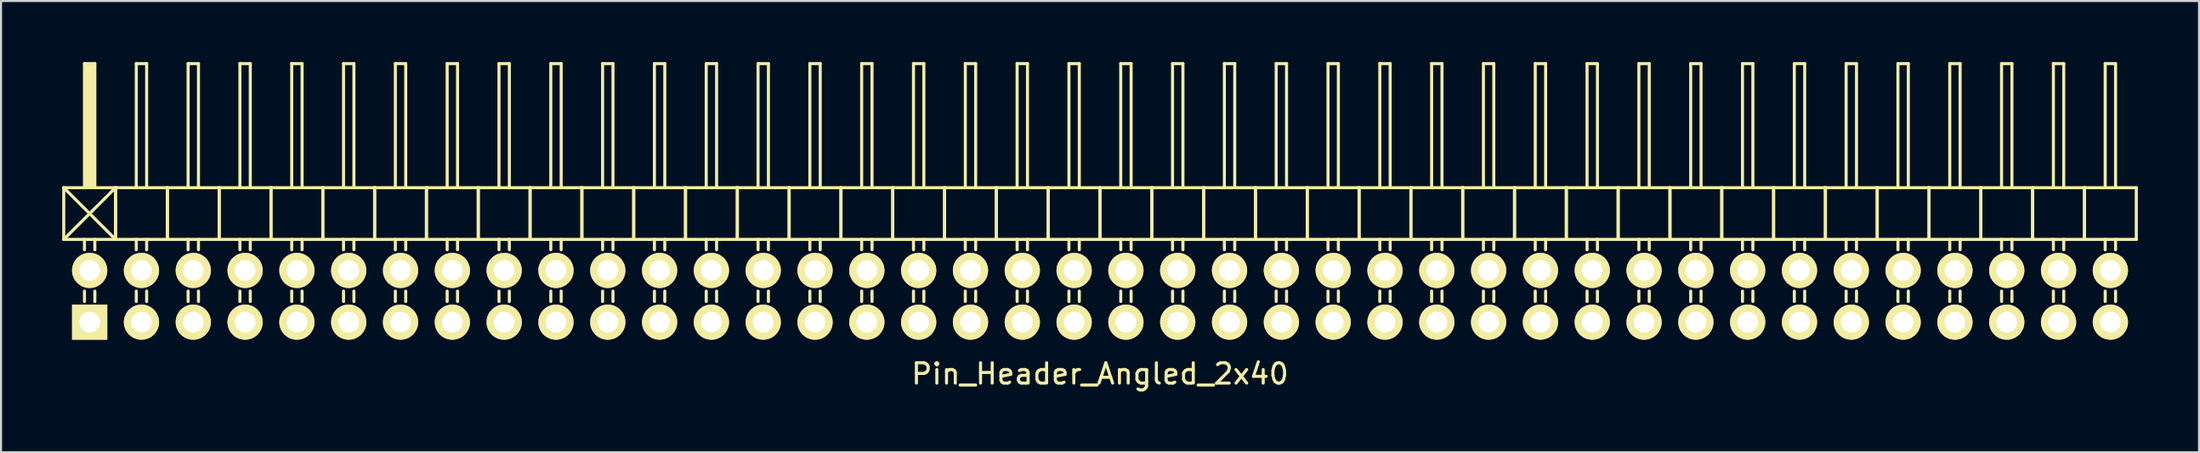
<source format=kicad_pcb>
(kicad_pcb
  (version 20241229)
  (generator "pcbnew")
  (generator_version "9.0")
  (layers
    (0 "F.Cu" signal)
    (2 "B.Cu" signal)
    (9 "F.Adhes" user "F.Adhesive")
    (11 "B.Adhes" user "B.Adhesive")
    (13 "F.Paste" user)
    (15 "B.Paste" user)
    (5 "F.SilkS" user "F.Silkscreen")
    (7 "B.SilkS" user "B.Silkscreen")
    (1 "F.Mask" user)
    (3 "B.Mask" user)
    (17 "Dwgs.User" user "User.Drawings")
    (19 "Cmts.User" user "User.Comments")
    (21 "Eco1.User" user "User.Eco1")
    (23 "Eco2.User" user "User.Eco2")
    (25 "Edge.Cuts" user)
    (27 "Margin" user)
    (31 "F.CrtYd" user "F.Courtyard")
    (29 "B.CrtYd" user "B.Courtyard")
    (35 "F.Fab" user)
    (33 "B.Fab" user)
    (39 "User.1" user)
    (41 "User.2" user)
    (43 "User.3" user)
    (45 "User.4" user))
  (footprint "Pin_Header_Angled_2x40"
    (layer "F.Cu")
    (at 50.875 11.505)
    (property "Reference" "Pin_Header_Angled_2x40" (at 0 3.81 0) (layer "F.SilkS") (effects (font (size 1 1) (thickness 0.15))))
    (attr through_hole)
    (fp_line (start -50.8 -5.334) (end -48.26 -2.794) (stroke (width 0.15) (type solid)) (layer "F.SilkS"))
    (fp_line (start -50.8 -2.794) (end -50.8 -5.334) (stroke (width 0.15) (type solid)) (layer "F.SilkS"))
    (fp_line (start -50.8 -2.794) (end -48.26 -5.334) (stroke (width 0.15) (type solid)) (layer "F.SilkS"))
    (fp_line (start -50.8 -2.794) (end -48.26 -2.794) (stroke (width 0.15) (type solid)) (layer "F.SilkS"))
    (fp_line (start -49.784 -11.43) (end -49.276 -11.43) (stroke (width 0.15) (type solid)) (layer "F.SilkS"))
    (fp_line (start -49.784 -5.334) (end -49.784 -11.43) (stroke (width 0.15) (type solid)) (layer "F.SilkS"))
    (fp_line (start -49.784 -2.794) (end -49.784 -2.286) (stroke (width 0.15) (type solid)) (layer "F.SilkS"))
    (fp_line (start -49.784 -0.254) (end -49.784 0.254) (stroke (width 0.15) (type solid)) (layer "F.SilkS"))
    (fp_line (start -49.657 -11.303) (end -49.403 -11.303) (stroke (width 0.15) (type solid)) (layer "F.SilkS"))
    (fp_line (start -49.657 -5.334) (end -49.657 -11.303) (stroke (width 0.15) (type solid)) (layer "F.SilkS"))
    (fp_line (start -49.53 -5.461) (end -49.53 -11.303) (stroke (width 0.15) (type solid)) (layer "F.SilkS"))
    (fp_line (start -49.403 -11.303) (end -49.403 -5.461) (stroke (width 0.15) (type solid)) (layer "F.SilkS"))
    (fp_line (start -49.403 -5.461) (end -49.53 -5.461) (stroke (width 0.15) (type solid)) (layer "F.SilkS"))
    (fp_line (start -49.276 -11.43) (end -49.276 -5.334) (stroke (width 0.15) (type solid)) (layer "F.SilkS"))
    (fp_line (start -49.276 -2.794) (end -49.276 -2.286) (stroke (width 0.15) (type solid)) (layer "F.SilkS"))
    (fp_line (start -49.276 -0.254) (end -49.276 0.254) (stroke (width 0.15) (type solid)) (layer "F.SilkS"))
    (fp_line (start -48.26 -5.334) (end -50.8 -5.334) (stroke (width 0.15) (type solid)) (layer "F.SilkS"))
    (fp_line (start -48.26 -2.794) (end -48.26 -5.334) (stroke (width 0.15) (type solid)) (layer "F.SilkS"))
    (fp_line (start -48.26 -2.794) (end -48.26 -5.334) (stroke (width 0.15) (type solid)) (layer "F.SilkS"))
    (fp_line (start -48.26 -2.794) (end -45.72 -2.794) (stroke (width 0.15) (type solid)) (layer "F.SilkS"))
    (fp_line (start -47.244 -11.43) (end -46.736 -11.43) (stroke (width 0.15) (type solid)) (layer "F.SilkS"))
    (fp_line (start -47.244 -5.334) (end -47.244 -11.43) (stroke (width 0.15) (type solid)) (layer "F.SilkS"))
    (fp_line (start -47.244 -2.794) (end -47.244 -2.286) (stroke (width 0.15) (type solid)) (layer "F.SilkS"))
    (fp_line (start -47.244 -0.254) (end -47.244 0.254) (stroke (width 0.15) (type solid)) (layer "F.SilkS"))
    (fp_line (start -46.736 -11.43) (end -46.736 -5.334) (stroke (width 0.15) (type solid)) (layer "F.SilkS"))
    (fp_line (start -46.736 -2.794) (end -46.736 -2.286) (stroke (width 0.15) (type solid)) (layer "F.SilkS"))
    (fp_line (start -46.736 -0.254) (end -46.736 0.254) (stroke (width 0.15) (type solid)) (layer "F.SilkS"))
    (fp_line (start -45.72 -5.334) (end -48.26 -5.334) (stroke (width 0.15) (type solid)) (layer "F.SilkS"))
    (fp_line (start -45.72 -2.794) (end -45.72 -5.334) (stroke (width 0.15) (type solid)) (layer "F.SilkS"))
    (fp_line (start -45.72 -2.794) (end -45.72 -5.334) (stroke (width 0.15) (type solid)) (layer "F.SilkS"))
    (fp_line (start -45.72 -2.794) (end -43.18 -2.794) (stroke (width 0.15) (type solid)) (layer "F.SilkS"))
    (fp_line (start -44.704 -11.43) (end -44.196 -11.43) (stroke (width 0.15) (type solid)) (layer "F.SilkS"))
    (fp_line (start -44.704 -5.334) (end -44.704 -11.43) (stroke (width 0.15) (type solid)) (layer "F.SilkS"))
    (fp_line (start -44.704 -2.794) (end -44.704 -2.286) (stroke (width 0.15) (type solid)) (layer "F.SilkS"))
    (fp_line (start -44.704 -0.254) (end -44.704 0.254) (stroke (width 0.15) (type solid)) (layer "F.SilkS"))
    (fp_line (start -44.196 -11.43) (end -44.196 -5.334) (stroke (width 0.15) (type solid)) (layer "F.SilkS"))
    (fp_line (start -44.196 -2.794) (end -44.196 -2.286) (stroke (width 0.15) (type solid)) (layer "F.SilkS"))
    (fp_line (start -44.196 -0.254) (end -44.196 0.254) (stroke (width 0.15) (type solid)) (layer "F.SilkS"))
    (fp_line (start -43.18 -5.334) (end -45.72 -5.334) (stroke (width 0.15) (type solid)) (layer "F.SilkS"))
    (fp_line (start -43.18 -2.794) (end -43.18 -5.334) (stroke (width 0.15) (type solid)) (layer "F.SilkS"))
    (fp_line (start -43.18 -2.794) (end -43.18 -5.334) (stroke (width 0.15) (type solid)) (layer "F.SilkS"))
    (fp_line (start -43.18 -2.794) (end -40.64 -2.794) (stroke (width 0.15) (type solid)) (layer "F.SilkS"))
    (fp_line (start -42.164 -11.43) (end -41.656 -11.43) (stroke (width 0.15) (type solid)) (layer "F.SilkS"))
    (fp_line (start -42.164 -5.334) (end -42.164 -11.43) (stroke (width 0.15) (type solid)) (layer "F.SilkS"))
    (fp_line (start -42.164 -2.794) (end -42.164 -2.286) (stroke (width 0.15) (type solid)) (layer "F.SilkS"))
    (fp_line (start -42.164 -0.254) (end -42.164 0.254) (stroke (width 0.15) (type solid)) (layer "F.SilkS"))
    (fp_line (start -41.656 -11.43) (end -41.656 -5.334) (stroke (width 0.15) (type solid)) (layer "F.SilkS"))
    (fp_line (start -41.656 -2.794) (end -41.656 -2.286) (stroke (width 0.15) (type solid)) (layer "F.SilkS"))
    (fp_line (start -41.656 -0.254) (end -41.656 0.254) (stroke (width 0.15) (type solid)) (layer "F.SilkS"))
    (fp_line (start -40.64 -5.334) (end -43.18 -5.334) (stroke (width 0.15) (type solid)) (layer "F.SilkS"))
    (fp_line (start -40.64 -2.794) (end -40.64 -5.334) (stroke (width 0.15) (type solid)) (layer "F.SilkS"))
    (fp_line (start -40.64 -2.794) (end -40.64 -5.334) (stroke (width 0.15) (type solid)) (layer "F.SilkS"))
    (fp_line (start -40.64 -2.794) (end -38.1 -2.794) (stroke (width 0.15) (type solid)) (layer "F.SilkS"))
    (fp_line (start -39.624 -11.43) (end -39.116 -11.43) (stroke (width 0.15) (type solid)) (layer "F.SilkS"))
    (fp_line (start -39.624 -5.334) (end -39.624 -11.43) (stroke (width 0.15) (type solid)) (layer "F.SilkS"))
    (fp_line (start -39.624 -2.794) (end -39.624 -2.286) (stroke (width 0.15) (type solid)) (layer "F.SilkS"))
    (fp_line (start -39.624 -0.254) (end -39.624 0.254) (stroke (width 0.15) (type solid)) (layer "F.SilkS"))
    (fp_line (start -39.116 -11.43) (end -39.116 -5.334) (stroke (width 0.15) (type solid)) (layer "F.SilkS"))
    (fp_line (start -39.116 -2.794) (end -39.116 -2.286) (stroke (width 0.15) (type solid)) (layer "F.SilkS"))
    (fp_line (start -39.116 -0.254) (end -39.116 0.254) (stroke (width 0.15) (type solid)) (layer "F.SilkS"))
    (fp_line (start -38.1 -5.334) (end -40.64 -5.334) (stroke (width 0.15) (type solid)) (layer "F.SilkS"))
    (fp_line (start -38.1 -2.794) (end -38.1 -5.334) (stroke (width 0.15) (type solid)) (layer "F.SilkS"))
    (fp_line (start -38.1 -2.794) (end -38.1 -5.334) (stroke (width 0.15) (type solid)) (layer "F.SilkS"))
    (fp_line (start -38.1 -2.794) (end -35.56 -2.794) (stroke (width 0.15) (type solid)) (layer "F.SilkS"))
    (fp_line (start -37.084 -11.43) (end -36.576 -11.43) (stroke (width 0.15) (type solid)) (layer "F.SilkS"))
    (fp_line (start -37.084 -5.334) (end -37.084 -11.43) (stroke (width 0.15) (type solid)) (layer "F.SilkS"))
    (fp_line (start -37.084 -2.794) (end -37.084 -2.286) (stroke (width 0.15) (type solid)) (layer "F.SilkS"))
    (fp_line (start -37.084 -0.254) (end -37.084 0.254) (stroke (width 0.15) (type solid)) (layer "F.SilkS"))
    (fp_line (start -36.576 -11.43) (end -36.576 -5.334) (stroke (width 0.15) (type solid)) (layer "F.SilkS"))
    (fp_line (start -36.576 -2.794) (end -36.576 -2.286) (stroke (width 0.15) (type solid)) (layer "F.SilkS"))
    (fp_line (start -36.576 -0.254) (end -36.576 0.254) (stroke (width 0.15) (type solid)) (layer "F.SilkS"))
    (fp_line (start -35.56 -5.334) (end -38.1 -5.334) (stroke (width 0.15) (type solid)) (layer "F.SilkS"))
    (fp_line (start -35.56 -2.794) (end -35.56 -5.334) (stroke (width 0.15) (type solid)) (layer "F.SilkS"))
    (fp_line (start -35.56 -2.794) (end -35.56 -5.334) (stroke (width 0.15) (type solid)) (layer "F.SilkS"))
    (fp_line (start -35.56 -2.794) (end -33.02 -2.794) (stroke (width 0.15) (type solid)) (layer "F.SilkS"))
    (fp_line (start -34.544 -11.43) (end -34.036 -11.43) (stroke (width 0.15) (type solid)) (layer "F.SilkS"))
    (fp_line (start -34.544 -5.334) (end -34.544 -11.43) (stroke (width 0.15) (type solid)) (layer "F.SilkS"))
    (fp_line (start -34.544 -2.794) (end -34.544 -2.286) (stroke (width 0.15) (type solid)) (layer "F.SilkS"))
    (fp_line (start -34.544 -0.254) (end -34.544 0.254) (stroke (width 0.15) (type solid)) (layer "F.SilkS"))
    (fp_line (start -34.036 -11.43) (end -34.036 -5.334) (stroke (width 0.15) (type solid)) (layer "F.SilkS"))
    (fp_line (start -34.036 -2.794) (end -34.036 -2.286) (stroke (width 0.15) (type solid)) (layer "F.SilkS"))
    (fp_line (start -34.036 -0.254) (end -34.036 0.254) (stroke (width 0.15) (type solid)) (layer "F.SilkS"))
    (fp_line (start -33.02 -5.334) (end -35.56 -5.334) (stroke (width 0.15) (type solid)) (layer "F.SilkS"))
    (fp_line (start -33.02 -2.794) (end -33.02 -5.334) (stroke (width 0.15) (type solid)) (layer "F.SilkS"))
    (fp_line (start -33.02 -2.794) (end -33.02 -5.334) (stroke (width 0.15) (type solid)) (layer "F.SilkS"))
    (fp_line (start -33.02 -2.794) (end -30.48 -2.794) (stroke (width 0.15) (type solid)) (layer "F.SilkS"))
    (fp_line (start -32.004 -11.43) (end -31.496 -11.43) (stroke (width 0.15) (type solid)) (layer "F.SilkS"))
    (fp_line (start -32.004 -5.334) (end -32.004 -11.43) (stroke (width 0.15) (type solid)) (layer "F.SilkS"))
    (fp_line (start -32.004 -2.794) (end -32.004 -2.286) (stroke (width 0.15) (type solid)) (layer "F.SilkS"))
    (fp_line (start -32.004 -0.254) (end -32.004 0.254) (stroke (width 0.15) (type solid)) (layer "F.SilkS"))
    (fp_line (start -31.496 -11.43) (end -31.496 -5.334) (stroke (width 0.15) (type solid)) (layer "F.SilkS"))
    (fp_line (start -31.496 -2.794) (end -31.496 -2.286) (stroke (width 0.15) (type solid)) (layer "F.SilkS"))
    (fp_line (start -31.496 -0.254) (end -31.496 0.254) (stroke (width 0.15) (type solid)) (layer "F.SilkS"))
    (fp_line (start -30.48 -5.334) (end -33.02 -5.334) (stroke (width 0.15) (type solid)) (layer "F.SilkS"))
    (fp_line (start -30.48 -2.794) (end -30.48 -5.334) (stroke (width 0.15) (type solid)) (layer "F.SilkS"))
    (fp_line (start -30.48 -2.794) (end -30.48 -5.334) (stroke (width 0.15) (type solid)) (layer "F.SilkS"))
    (fp_line (start -30.48 -2.794) (end -27.94 -2.794) (stroke (width 0.15) (type solid)) (layer "F.SilkS"))
    (fp_line (start -29.464 -11.43) (end -28.956 -11.43) (stroke (width 0.15) (type solid)) (layer "F.SilkS"))
    (fp_line (start -29.464 -5.334) (end -29.464 -11.43) (stroke (width 0.15) (type solid)) (layer "F.SilkS"))
    (fp_line (start -29.464 -2.794) (end -29.464 -2.286) (stroke (width 0.15) (type solid)) (layer "F.SilkS"))
    (fp_line (start -29.464 -0.254) (end -29.464 0.254) (stroke (width 0.15) (type solid)) (layer "F.SilkS"))
    (fp_line (start -28.956 -11.43) (end -28.956 -5.334) (stroke (width 0.15) (type solid)) (layer "F.SilkS"))
    (fp_line (start -28.956 -2.794) (end -28.956 -2.286) (stroke (width 0.15) (type solid)) (layer "F.SilkS"))
    (fp_line (start -28.956 -0.254) (end -28.956 0.254) (stroke (width 0.15) (type solid)) (layer "F.SilkS"))
    (fp_line (start -27.94 -5.334) (end -30.48 -5.334) (stroke (width 0.15) (type solid)) (layer "F.SilkS"))
    (fp_line (start -27.94 -2.794) (end -27.94 -5.334) (stroke (width 0.15) (type solid)) (layer "F.SilkS"))
    (fp_line (start -27.94 -2.794) (end -27.94 -5.334) (stroke (width 0.15) (type solid)) (layer "F.SilkS"))
    (fp_line (start -27.94 -2.794) (end -25.4 -2.794) (stroke (width 0.15) (type solid)) (layer "F.SilkS"))
    (fp_line (start -26.924 -11.43) (end -26.416 -11.43) (stroke (width 0.15) (type solid)) (layer "F.SilkS"))
    (fp_line (start -26.924 -5.334) (end -26.924 -11.43) (stroke (width 0.15) (type solid)) (layer "F.SilkS"))
    (fp_line (start -26.924 -2.794) (end -26.924 -2.286) (stroke (width 0.15) (type solid)) (layer "F.SilkS"))
    (fp_line (start -26.924 -0.254) (end -26.924 0.254) (stroke (width 0.15) (type solid)) (layer "F.SilkS"))
    (fp_line (start -26.416 -11.43) (end -26.416 -5.334) (stroke (width 0.15) (type solid)) (layer "F.SilkS"))
    (fp_line (start -26.416 -2.794) (end -26.416 -2.286) (stroke (width 0.15) (type solid)) (layer "F.SilkS"))
    (fp_line (start -26.416 -0.254) (end -26.416 0.254) (stroke (width 0.15) (type solid)) (layer "F.SilkS"))
    (fp_line (start -25.4 -5.334) (end -27.94 -5.334) (stroke (width 0.15) (type solid)) (layer "F.SilkS"))
    (fp_line (start -25.4 -2.794) (end -25.4 -5.334) (stroke (width 0.15) (type solid)) (layer "F.SilkS"))
    (fp_line (start -25.4 -2.794) (end -25.4 -5.334) (stroke (width 0.15) (type solid)) (layer "F.SilkS"))
    (fp_line (start -25.4 -2.794) (end -22.86 -2.794) (stroke (width 0.15) (type solid)) (layer "F.SilkS"))
    (fp_line (start -24.384 -11.43) (end -23.876 -11.43) (stroke (width 0.15) (type solid)) (layer "F.SilkS"))
    (fp_line (start -24.384 -5.334) (end -24.384 -11.43) (stroke (width 0.15) (type solid)) (layer "F.SilkS"))
    (fp_line (start -24.384 -2.794) (end -24.384 -2.286) (stroke (width 0.15) (type solid)) (layer "F.SilkS"))
    (fp_line (start -24.384 -0.254) (end -24.384 0.254) (stroke (width 0.15) (type solid)) (layer "F.SilkS"))
    (fp_line (start -23.876 -11.43) (end -23.876 -5.334) (stroke (width 0.15) (type solid)) (layer "F.SilkS"))
    (fp_line (start -23.876 -2.794) (end -23.876 -2.286) (stroke (width 0.15) (type solid)) (layer "F.SilkS"))
    (fp_line (start -23.876 -0.254) (end -23.876 0.254) (stroke (width 0.15) (type solid)) (layer "F.SilkS"))
    (fp_line (start -22.86 -5.334) (end -25.4 -5.334) (stroke (width 0.15) (type solid)) (layer "F.SilkS"))
    (fp_line (start -22.86 -2.794) (end -22.86 -5.334) (stroke (width 0.15) (type solid)) (layer "F.SilkS"))
    (fp_line (start -22.86 -2.794) (end -22.86 -5.334) (stroke (width 0.15) (type solid)) (layer "F.SilkS"))
    (fp_line (start -22.86 -2.794) (end -20.32 -2.794) (stroke (width 0.15) (type solid)) (layer "F.SilkS"))
    (fp_line (start -21.844 -11.43) (end -21.336 -11.43) (stroke (width 0.15) (type solid)) (layer "F.SilkS"))
    (fp_line (start -21.844 -5.334) (end -21.844 -11.43) (stroke (width 0.15) (type solid)) (layer "F.SilkS"))
    (fp_line (start -21.844 -2.794) (end -21.844 -2.286) (stroke (width 0.15) (type solid)) (layer "F.SilkS"))
    (fp_line (start -21.844 -0.254) (end -21.844 0.254) (stroke (width 0.15) (type solid)) (layer "F.SilkS"))
    (fp_line (start -21.336 -11.43) (end -21.336 -5.334) (stroke (width 0.15) (type solid)) (layer "F.SilkS"))
    (fp_line (start -21.336 -2.794) (end -21.336 -2.286) (stroke (width 0.15) (type solid)) (layer "F.SilkS"))
    (fp_line (start -21.336 -0.254) (end -21.336 0.254) (stroke (width 0.15) (type solid)) (layer "F.SilkS"))
    (fp_line (start -20.32 -5.334) (end -22.86 -5.334) (stroke (width 0.15) (type solid)) (layer "F.SilkS"))
    (fp_line (start -20.32 -2.794) (end -20.32 -5.334) (stroke (width 0.15) (type solid)) (layer "F.SilkS"))
    (fp_line (start -20.32 -2.794) (end -20.32 -5.334) (stroke (width 0.15) (type solid)) (layer "F.SilkS"))
    (fp_line (start -20.32 -2.794) (end -17.78 -2.794) (stroke (width 0.15) (type solid)) (layer "F.SilkS"))
    (fp_line (start -19.304 -11.43) (end -18.796 -11.43) (stroke (width 0.15) (type solid)) (layer "F.SilkS"))
    (fp_line (start -19.304 -5.334) (end -19.304 -11.43) (stroke (width 0.15) (type solid)) (layer "F.SilkS"))
    (fp_line (start -19.304 -2.794) (end -19.304 -2.286) (stroke (width 0.15) (type solid)) (layer "F.SilkS"))
    (fp_line (start -19.304 -0.254) (end -19.304 0.254) (stroke (width 0.15) (type solid)) (layer "F.SilkS"))
    (fp_line (start -18.796 -11.43) (end -18.796 -5.334) (stroke (width 0.15) (type solid)) (layer "F.SilkS"))
    (fp_line (start -18.796 -2.794) (end -18.796 -2.286) (stroke (width 0.15) (type solid)) (layer "F.SilkS"))
    (fp_line (start -18.796 -0.254) (end -18.796 0.254) (stroke (width 0.15) (type solid)) (layer "F.SilkS"))
    (fp_line (start -17.78 -5.334) (end -20.32 -5.334) (stroke (width 0.15) (type solid)) (layer "F.SilkS"))
    (fp_line (start -17.78 -2.794) (end -17.78 -5.334) (stroke (width 0.15) (type solid)) (layer "F.SilkS"))
    (fp_line (start -17.78 -2.794) (end -17.78 -5.334) (stroke (width 0.15) (type solid)) (layer "F.SilkS"))
    (fp_line (start -17.78 -2.794) (end -15.24 -2.794) (stroke (width 0.15) (type solid)) (layer "F.SilkS"))
    (fp_line (start -16.764 -11.43) (end -16.256 -11.43) (stroke (width 0.15) (type solid)) (layer "F.SilkS"))
    (fp_line (start -16.764 -5.334) (end -16.764 -11.43) (stroke (width 0.15) (type solid)) (layer "F.SilkS"))
    (fp_line (start -16.764 -2.794) (end -16.764 -2.286) (stroke (width 0.15) (type solid)) (layer "F.SilkS"))
    (fp_line (start -16.764 -0.254) (end -16.764 0.254) (stroke (width 0.15) (type solid)) (layer "F.SilkS"))
    (fp_line (start -16.256 -11.43) (end -16.256 -5.334) (stroke (width 0.15) (type solid)) (layer "F.SilkS"))
    (fp_line (start -16.256 -2.794) (end -16.256 -2.286) (stroke (width 0.15) (type solid)) (layer "F.SilkS"))
    (fp_line (start -16.256 -0.254) (end -16.256 0.254) (stroke (width 0.15) (type solid)) (layer "F.SilkS"))
    (fp_line (start -15.24 -5.334) (end -17.78 -5.334) (stroke (width 0.15) (type solid)) (layer "F.SilkS"))
    (fp_line (start -15.24 -2.794) (end -15.24 -5.334) (stroke (width 0.15) (type solid)) (layer "F.SilkS"))
    (fp_line (start -15.24 -2.794) (end -15.24 -5.334) (stroke (width 0.15) (type solid)) (layer "F.SilkS"))
    (fp_line (start -15.24 -2.794) (end -12.7 -2.794) (stroke (width 0.15) (type solid)) (layer "F.SilkS"))
    (fp_line (start -14.224 -11.43) (end -13.716 -11.43) (stroke (width 0.15) (type solid)) (layer "F.SilkS"))
    (fp_line (start -14.224 -5.334) (end -14.224 -11.43) (stroke (width 0.15) (type solid)) (layer "F.SilkS"))
    (fp_line (start -14.224 -2.794) (end -14.224 -2.286) (stroke (width 0.15) (type solid)) (layer "F.SilkS"))
    (fp_line (start -14.224 -0.254) (end -14.224 0.254) (stroke (width 0.15) (type solid)) (layer "F.SilkS"))
    (fp_line (start -13.716 -11.43) (end -13.716 -5.334) (stroke (width 0.15) (type solid)) (layer "F.SilkS"))
    (fp_line (start -13.716 -2.794) (end -13.716 -2.286) (stroke (width 0.15) (type solid)) (layer "F.SilkS"))
    (fp_line (start -13.716 -0.254) (end -13.716 0.254) (stroke (width 0.15) (type solid)) (layer "F.SilkS"))
    (fp_line (start -12.7 -5.334) (end -15.24 -5.334) (stroke (width 0.15) (type solid)) (layer "F.SilkS"))
    (fp_line (start -12.7 -2.794) (end -12.7 -5.334) (stroke (width 0.15) (type solid)) (layer "F.SilkS"))
    (fp_line (start -12.7 -2.794) (end -12.7 -5.334) (stroke (width 0.15) (type solid)) (layer "F.SilkS"))
    (fp_line (start -12.7 -2.794) (end -10.16 -2.794) (stroke (width 0.15) (type solid)) (layer "F.SilkS"))
    (fp_line (start -11.684 -11.43) (end -11.176 -11.43) (stroke (width 0.15) (type solid)) (layer "F.SilkS"))
    (fp_line (start -11.684 -5.334) (end -11.684 -11.43) (stroke (width 0.15) (type solid)) (layer "F.SilkS"))
    (fp_line (start -11.684 -2.794) (end -11.684 -2.286) (stroke (width 0.15) (type solid)) (layer "F.SilkS"))
    (fp_line (start -11.684 -0.254) (end -11.684 0.254) (stroke (width 0.15) (type solid)) (layer "F.SilkS"))
    (fp_line (start -11.176 -11.43) (end -11.176 -5.334) (stroke (width 0.15) (type solid)) (layer "F.SilkS"))
    (fp_line (start -11.176 -2.794) (end -11.176 -2.286) (stroke (width 0.15) (type solid)) (layer "F.SilkS"))
    (fp_line (start -11.176 -0.254) (end -11.176 0.254) (stroke (width 0.15) (type solid)) (layer "F.SilkS"))
    (fp_line (start -10.16 -5.334) (end -12.7 -5.334) (stroke (width 0.15) (type solid)) (layer "F.SilkS"))
    (fp_line (start -10.16 -2.794) (end -10.16 -5.334) (stroke (width 0.15) (type solid)) (layer "F.SilkS"))
    (fp_line (start -10.16 -2.794) (end -10.16 -5.334) (stroke (width 0.15) (type solid)) (layer "F.SilkS"))
    (fp_line (start -10.16 -2.794) (end -7.62 -2.794) (stroke (width 0.15) (type solid)) (layer "F.SilkS"))
    (fp_line (start -9.144 -11.43) (end -8.636 -11.43) (stroke (width 0.15) (type solid)) (layer "F.SilkS"))
    (fp_line (start -9.144 -5.334) (end -9.144 -11.43) (stroke (width 0.15) (type solid)) (layer "F.SilkS"))
    (fp_line (start -9.144 -2.794) (end -9.144 -2.286) (stroke (width 0.15) (type solid)) (layer "F.SilkS"))
    (fp_line (start -9.144 -0.254) (end -9.144 0.254) (stroke (width 0.15) (type solid)) (layer "F.SilkS"))
    (fp_line (start -8.636 -11.43) (end -8.636 -5.334) (stroke (width 0.15) (type solid)) (layer "F.SilkS"))
    (fp_line (start -8.636 -2.794) (end -8.636 -2.286) (stroke (width 0.15) (type solid)) (layer "F.SilkS"))
    (fp_line (start -8.636 -0.254) (end -8.636 0.254) (stroke (width 0.15) (type solid)) (layer "F.SilkS"))
    (fp_line (start -7.62 -5.334) (end -10.16 -5.334) (stroke (width 0.15) (type solid)) (layer "F.SilkS"))
    (fp_line (start -7.62 -2.794) (end -7.62 -5.334) (stroke (width 0.15) (type solid)) (layer "F.SilkS"))
    (fp_line (start -7.62 -2.794) (end -7.62 -5.334) (stroke (width 0.15) (type solid)) (layer "F.SilkS"))
    (fp_line (start -7.62 -2.794) (end -5.08 -2.794) (stroke (width 0.15) (type solid)) (layer "F.SilkS"))
    (fp_line (start -6.604 -11.43) (end -6.096 -11.43) (stroke (width 0.15) (type solid)) (layer "F.SilkS"))
    (fp_line (start -6.604 -5.334) (end -6.604 -11.43) (stroke (width 0.15) (type solid)) (layer "F.SilkS"))
    (fp_line (start -6.604 -2.794) (end -6.604 -2.286) (stroke (width 0.15) (type solid)) (layer "F.SilkS"))
    (fp_line (start -6.604 -0.254) (end -6.604 0.254) (stroke (width 0.15) (type solid)) (layer "F.SilkS"))
    (fp_line (start -6.096 -11.43) (end -6.096 -5.334) (stroke (width 0.15) (type solid)) (layer "F.SilkS"))
    (fp_line (start -6.096 -2.794) (end -6.096 -2.286) (stroke (width 0.15) (type solid)) (layer "F.SilkS"))
    (fp_line (start -6.096 -0.254) (end -6.096 0.254) (stroke (width 0.15) (type solid)) (layer "F.SilkS"))
    (fp_line (start -5.08 -5.334) (end -7.62 -5.334) (stroke (width 0.15) (type solid)) (layer "F.SilkS"))
    (fp_line (start -5.08 -2.794) (end -5.08 -5.334) (stroke (width 0.15) (type solid)) (layer "F.SilkS"))
    (fp_line (start -5.08 -2.794) (end -5.08 -5.334) (stroke (width 0.15) (type solid)) (layer "F.SilkS"))
    (fp_line (start -5.08 -2.794) (end -2.54 -2.794) (stroke (width 0.15) (type solid)) (layer "F.SilkS"))
    (fp_line (start -4.064 -11.43) (end -3.556 -11.43) (stroke (width 0.15) (type solid)) (layer "F.SilkS"))
    (fp_line (start -4.064 -5.334) (end -4.064 -11.43) (stroke (width 0.15) (type solid)) (layer "F.SilkS"))
    (fp_line (start -4.064 -2.794) (end -4.064 -2.286) (stroke (width 0.15) (type solid)) (layer "F.SilkS"))
    (fp_line (start -4.064 -0.254) (end -4.064 0.254) (stroke (width 0.15) (type solid)) (layer "F.SilkS"))
    (fp_line (start -3.556 -11.43) (end -3.556 -5.334) (stroke (width 0.15) (type solid)) (layer "F.SilkS"))
    (fp_line (start -3.556 -2.794) (end -3.556 -2.286) (stroke (width 0.15) (type solid)) (layer "F.SilkS"))
    (fp_line (start -3.556 -0.254) (end -3.556 0.254) (stroke (width 0.15) (type solid)) (layer "F.SilkS"))
    (fp_line (start -2.54 -5.334) (end -5.08 -5.334) (stroke (width 0.15) (type solid)) (layer "F.SilkS"))
    (fp_line (start -2.54 -2.794) (end -2.54 -5.334) (stroke (width 0.15) (type solid)) (layer "F.SilkS"))
    (fp_line (start -2.54 -2.794) (end -2.54 -5.334) (stroke (width 0.15) (type solid)) (layer "F.SilkS"))
    (fp_line (start -2.54 -2.794) (end 0 -2.794) (stroke (width 0.15) (type solid)) (layer "F.SilkS"))
    (fp_line (start -1.524 -11.43) (end -1.016 -11.43) (stroke (width 0.15) (type solid)) (layer "F.SilkS"))
    (fp_line (start -1.524 -5.334) (end -1.524 -11.43) (stroke (width 0.15) (type solid)) (layer "F.SilkS"))
    (fp_line (start -1.524 -2.794) (end -1.524 -2.286) (stroke (width 0.15) (type solid)) (layer "F.SilkS"))
    (fp_line (start -1.524 -0.254) (end -1.524 0.254) (stroke (width 0.15) (type solid)) (layer "F.SilkS"))
    (fp_line (start -1.016 -11.43) (end -1.016 -5.334) (stroke (width 0.15) (type solid)) (layer "F.SilkS"))
    (fp_line (start -1.016 -2.794) (end -1.016 -2.286) (stroke (width 0.15) (type solid)) (layer "F.SilkS"))
    (fp_line (start -1.016 -0.254) (end -1.016 0.254) (stroke (width 0.15) (type solid)) (layer "F.SilkS"))
    (fp_line (start 0 -5.334) (end -2.54 -5.334) (stroke (width 0.15) (type solid)) (layer "F.SilkS"))
    (fp_line (start 0 -2.794) (end 0 -5.334) (stroke (width 0.15) (type solid)) (layer "F.SilkS"))
    (fp_line (start 0 -2.794) (end 0 -5.334) (stroke (width 0.15) (type solid)) (layer "F.SilkS"))
    (fp_line (start 0 -2.794) (end 2.54 -2.794) (stroke (width 0.15) (type solid)) (layer "F.SilkS"))
    (fp_line (start 1.016 -11.43) (end 1.524 -11.43) (stroke (width 0.15) (type solid)) (layer "F.SilkS"))
    (fp_line (start 1.016 -5.334) (end 1.016 -11.43) (stroke (width 0.15) (type solid)) (layer "F.SilkS"))
    (fp_line (start 1.016 -2.794) (end 1.016 -2.286) (stroke (width 0.15) (type solid)) (layer "F.SilkS"))
    (fp_line (start 1.016 -0.254) (end 1.016 0.254) (stroke (width 0.15) (type solid)) (layer "F.SilkS"))
    (fp_line (start 1.524 -11.43) (end 1.524 -5.334) (stroke (width 0.15) (type solid)) (layer "F.SilkS"))
    (fp_line (start 1.524 -2.794) (end 1.524 -2.286) (stroke (width 0.15) (type solid)) (layer "F.SilkS"))
    (fp_line (start 1.524 -0.254) (end 1.524 0.254) (stroke (width 0.15) (type solid)) (layer "F.SilkS"))
    (fp_line (start 2.54 -5.334) (end 0 -5.334) (stroke (width 0.15) (type solid)) (layer "F.SilkS"))
    (fp_line (start 2.54 -2.794) (end 2.54 -5.334) (stroke (width 0.15) (type solid)) (layer "F.SilkS"))
    (fp_line (start 2.54 -2.794) (end 2.54 -5.334) (stroke (width 0.15) (type solid)) (layer "F.SilkS"))
    (fp_line (start 2.54 -2.794) (end 5.08 -2.794) (stroke (width 0.15) (type solid)) (layer "F.SilkS"))
    (fp_line (start 3.556 -11.43) (end 4.064 -11.43) (stroke (width 0.15) (type solid)) (layer "F.SilkS"))
    (fp_line (start 3.556 -5.334) (end 3.556 -11.43) (stroke (width 0.15) (type solid)) (layer "F.SilkS"))
    (fp_line (start 3.556 -2.794) (end 3.556 -2.286) (stroke (width 0.15) (type solid)) (layer "F.SilkS"))
    (fp_line (start 3.556 -0.254) (end 3.556 0.254) (stroke (width 0.15) (type solid)) (layer "F.SilkS"))
    (fp_line (start 4.064 -11.43) (end 4.064 -5.334) (stroke (width 0.15) (type solid)) (layer "F.SilkS"))
    (fp_line (start 4.064 -2.794) (end 4.064 -2.286) (stroke (width 0.15) (type solid)) (layer "F.SilkS"))
    (fp_line (start 4.064 -0.254) (end 4.064 0.254) (stroke (width 0.15) (type solid)) (layer "F.SilkS"))
    (fp_line (start 5.08 -5.334) (end 2.54 -5.334) (stroke (width 0.15) (type solid)) (layer "F.SilkS"))
    (fp_line (start 5.08 -2.794) (end 5.08 -5.334) (stroke (width 0.15) (type solid)) (layer "F.SilkS"))
    (fp_line (start 5.08 -2.794) (end 5.08 -5.334) (stroke (width 0.15) (type solid)) (layer "F.SilkS"))
    (fp_line (start 5.08 -2.794) (end 7.62 -2.794) (stroke (width 0.15) (type solid)) (layer "F.SilkS"))
    (fp_line (start 6.096 -11.43) (end 6.604 -11.43) (stroke (width 0.15) (type solid)) (layer "F.SilkS"))
    (fp_line (start 6.096 -5.334) (end 6.096 -11.43) (stroke (width 0.15) (type solid)) (layer "F.SilkS"))
    (fp_line (start 6.096 -2.794) (end 6.096 -2.286) (stroke (width 0.15) (type solid)) (layer "F.SilkS"))
    (fp_line (start 6.096 -0.254) (end 6.096 0.254) (stroke (width 0.15) (type solid)) (layer "F.SilkS"))
    (fp_line (start 6.604 -11.43) (end 6.604 -5.334) (stroke (width 0.15) (type solid)) (layer "F.SilkS"))
    (fp_line (start 6.604 -2.794) (end 6.604 -2.286) (stroke (width 0.15) (type solid)) (layer "F.SilkS"))
    (fp_line (start 6.604 -0.254) (end 6.604 0.254) (stroke (width 0.15) (type solid)) (layer "F.SilkS"))
    (fp_line (start 7.62 -5.334) (end 5.08 -5.334) (stroke (width 0.15) (type solid)) (layer "F.SilkS"))
    (fp_line (start 7.62 -2.794) (end 7.62 -5.334) (stroke (width 0.15) (type solid)) (layer "F.SilkS"))
    (fp_line (start 7.62 -2.794) (end 7.62 -5.334) (stroke (width 0.15) (type solid)) (layer "F.SilkS"))
    (fp_line (start 7.62 -2.794) (end 10.16 -2.794) (stroke (width 0.15) (type solid)) (layer "F.SilkS"))
    (fp_line (start 8.636 -11.43) (end 9.144 -11.43) (stroke (width 0.15) (type solid)) (layer "F.SilkS"))
    (fp_line (start 8.636 -5.334) (end 8.636 -11.43) (stroke (width 0.15) (type solid)) (layer "F.SilkS"))
    (fp_line (start 8.636 -2.794) (end 8.636 -2.286) (stroke (width 0.15) (type solid)) (layer "F.SilkS"))
    (fp_line (start 8.636 -0.254) (end 8.636 0.254) (stroke (width 0.15) (type solid)) (layer "F.SilkS"))
    (fp_line (start 9.144 -11.43) (end 9.144 -5.334) (stroke (width 0.15) (type solid)) (layer "F.SilkS"))
    (fp_line (start 9.144 -2.794) (end 9.144 -2.286) (stroke (width 0.15) (type solid)) (layer "F.SilkS"))
    (fp_line (start 9.144 -0.254) (end 9.144 0.254) (stroke (width 0.15) (type solid)) (layer "F.SilkS"))
    (fp_line (start 10.16 -5.334) (end 7.62 -5.334) (stroke (width 0.15) (type solid)) (layer "F.SilkS"))
    (fp_line (start 10.16 -2.794) (end 10.16 -5.334) (stroke (width 0.15) (type solid)) (layer "F.SilkS"))
    (fp_line (start 10.16 -2.794) (end 10.16 -5.334) (stroke (width 0.15) (type solid)) (layer "F.SilkS"))
    (fp_line (start 10.16 -2.794) (end 12.7 -2.794) (stroke (width 0.15) (type solid)) (layer "F.SilkS"))
    (fp_line (start 11.176 -11.43) (end 11.684 -11.43) (stroke (width 0.15) (type solid)) (layer "F.SilkS"))
    (fp_line (start 11.176 -5.334) (end 11.176 -11.43) (stroke (width 0.15) (type solid)) (layer "F.SilkS"))
    (fp_line (start 11.176 -2.794) (end 11.176 -2.286) (stroke (width 0.15) (type solid)) (layer "F.SilkS"))
    (fp_line (start 11.176 -0.254) (end 11.176 0.254) (stroke (width 0.15) (type solid)) (layer "F.SilkS"))
    (fp_line (start 11.684 -11.43) (end 11.684 -5.334) (stroke (width 0.15) (type solid)) (layer "F.SilkS"))
    (fp_line (start 11.684 -2.794) (end 11.684 -2.286) (stroke (width 0.15) (type solid)) (layer "F.SilkS"))
    (fp_line (start 11.684 -0.254) (end 11.684 0.254) (stroke (width 0.15) (type solid)) (layer "F.SilkS"))
    (fp_line (start 12.7 -5.334) (end 10.16 -5.334) (stroke (width 0.15) (type solid)) (layer "F.SilkS"))
    (fp_line (start 12.7 -2.794) (end 12.7 -5.334) (stroke (width 0.15) (type solid)) (layer "F.SilkS"))
    (fp_line (start 12.7 -2.794) (end 12.7 -5.334) (stroke (width 0.15) (type solid)) (layer "F.SilkS"))
    (fp_line (start 12.7 -2.794) (end 15.24 -2.794) (stroke (width 0.15) (type solid)) (layer "F.SilkS"))
    (fp_line (start 13.716 -11.43) (end 14.224 -11.43) (stroke (width 0.15) (type solid)) (layer "F.SilkS"))
    (fp_line (start 13.716 -5.334) (end 13.716 -11.43) (stroke (width 0.15) (type solid)) (layer "F.SilkS"))
    (fp_line (start 13.716 -2.794) (end 13.716 -2.286) (stroke (width 0.15) (type solid)) (layer "F.SilkS"))
    (fp_line (start 13.716 -0.254) (end 13.716 0.254) (stroke (width 0.15) (type solid)) (layer "F.SilkS"))
    (fp_line (start 14.224 -11.43) (end 14.224 -5.334) (stroke (width 0.15) (type solid)) (layer "F.SilkS"))
    (fp_line (start 14.224 -2.794) (end 14.224 -2.286) (stroke (width 0.15) (type solid)) (layer "F.SilkS"))
    (fp_line (start 14.224 -0.254) (end 14.224 0.254) (stroke (width 0.15) (type solid)) (layer "F.SilkS"))
    (fp_line (start 15.24 -5.334) (end 12.7 -5.334) (stroke (width 0.15) (type solid)) (layer "F.SilkS"))
    (fp_line (start 15.24 -2.794) (end 15.24 -5.334) (stroke (width 0.15) (type solid)) (layer "F.SilkS"))
    (fp_line (start 15.24 -2.794) (end 15.24 -5.334) (stroke (width 0.15) (type solid)) (layer "F.SilkS"))
    (fp_line (start 15.24 -2.794) (end 17.78 -2.794) (stroke (width 0.15) (type solid)) (layer "F.SilkS"))
    (fp_line (start 16.256 -11.43) (end 16.764 -11.43) (stroke (width 0.15) (type solid)) (layer "F.SilkS"))
    (fp_line (start 16.256 -5.334) (end 16.256 -11.43) (stroke (width 0.15) (type solid)) (layer "F.SilkS"))
    (fp_line (start 16.256 -2.794) (end 16.256 -2.286) (stroke (width 0.15) (type solid)) (layer "F.SilkS"))
    (fp_line (start 16.256 -0.254) (end 16.256 0.254) (stroke (width 0.15) (type solid)) (layer "F.SilkS"))
    (fp_line (start 16.764 -11.43) (end 16.764 -5.334) (stroke (width 0.15) (type solid)) (layer "F.SilkS"))
    (fp_line (start 16.764 -2.794) (end 16.764 -2.286) (stroke (width 0.15) (type solid)) (layer "F.SilkS"))
    (fp_line (start 16.764 -0.254) (end 16.764 0.254) (stroke (width 0.15) (type solid)) (layer "F.SilkS"))
    (fp_line (start 17.78 -5.334) (end 15.24 -5.334) (stroke (width 0.15) (type solid)) (layer "F.SilkS"))
    (fp_line (start 17.78 -2.794) (end 17.78 -5.334) (stroke (width 0.15) (type solid)) (layer "F.SilkS"))
    (fp_line (start 17.78 -2.794) (end 17.78 -5.334) (stroke (width 0.15) (type solid)) (layer "F.SilkS"))
    (fp_line (start 17.78 -2.794) (end 20.32 -2.794) (stroke (width 0.15) (type solid)) (layer "F.SilkS"))
    (fp_line (start 18.796 -11.43) (end 19.304 -11.43) (stroke (width 0.15) (type solid)) (layer "F.SilkS"))
    (fp_line (start 18.796 -5.334) (end 18.796 -11.43) (stroke (width 0.15) (type solid)) (layer "F.SilkS"))
    (fp_line (start 18.796 -2.794) (end 18.796 -2.286) (stroke (width 0.15) (type solid)) (layer "F.SilkS"))
    (fp_line (start 18.796 -0.254) (end 18.796 0.254) (stroke (width 0.15) (type solid)) (layer "F.SilkS"))
    (fp_line (start 19.304 -11.43) (end 19.304 -5.334) (stroke (width 0.15) (type solid)) (layer "F.SilkS"))
    (fp_line (start 19.304 -2.794) (end 19.304 -2.286) (stroke (width 0.15) (type solid)) (layer "F.SilkS"))
    (fp_line (start 19.304 -0.254) (end 19.304 0.254) (stroke (width 0.15) (type solid)) (layer "F.SilkS"))
    (fp_line (start 20.32 -5.334) (end 17.78 -5.334) (stroke (width 0.15) (type solid)) (layer "F.SilkS"))
    (fp_line (start 20.32 -2.794) (end 20.32 -5.334) (stroke (width 0.15) (type solid)) (layer "F.SilkS"))
    (fp_line (start 20.32 -2.794) (end 20.32 -5.334) (stroke (width 0.15) (type solid)) (layer "F.SilkS"))
    (fp_line (start 20.32 -2.794) (end 22.86 -2.794) (stroke (width 0.15) (type solid)) (layer "F.SilkS"))
    (fp_line (start 21.336 -11.43) (end 21.844 -11.43) (stroke (width 0.15) (type solid)) (layer "F.SilkS"))
    (fp_line (start 21.336 -5.334) (end 21.336 -11.43) (stroke (width 0.15) (type solid)) (layer "F.SilkS"))
    (fp_line (start 21.336 -2.794) (end 21.336 -2.286) (stroke (width 0.15) (type solid)) (layer "F.SilkS"))
    (fp_line (start 21.336 -0.254) (end 21.336 0.254) (stroke (width 0.15) (type solid)) (layer "F.SilkS"))
    (fp_line (start 21.844 -11.43) (end 21.844 -5.334) (stroke (width 0.15) (type solid)) (layer "F.SilkS"))
    (fp_line (start 21.844 -2.794) (end 21.844 -2.286) (stroke (width 0.15) (type solid)) (layer "F.SilkS"))
    (fp_line (start 21.844 -0.254) (end 21.844 0.254) (stroke (width 0.15) (type solid)) (layer "F.SilkS"))
    (fp_line (start 22.86 -5.334) (end 20.32 -5.334) (stroke (width 0.15) (type solid)) (layer "F.SilkS"))
    (fp_line (start 22.86 -2.794) (end 22.86 -5.334) (stroke (width 0.15) (type solid)) (layer "F.SilkS"))
    (fp_line (start 22.86 -2.794) (end 22.86 -5.334) (stroke (width 0.15) (type solid)) (layer "F.SilkS"))
    (fp_line (start 22.86 -2.794) (end 25.4 -2.794) (stroke (width 0.15) (type solid)) (layer "F.SilkS"))
    (fp_line (start 23.876 -11.43) (end 24.384 -11.43) (stroke (width 0.15) (type solid)) (layer "F.SilkS"))
    (fp_line (start 23.876 -5.334) (end 23.876 -11.43) (stroke (width 0.15) (type solid)) (layer "F.SilkS"))
    (fp_line (start 23.876 -2.794) (end 23.876 -2.286) (stroke (width 0.15) (type solid)) (layer "F.SilkS"))
    (fp_line (start 23.876 -0.254) (end 23.876 0.254) (stroke (width 0.15) (type solid)) (layer "F.SilkS"))
    (fp_line (start 24.384 -11.43) (end 24.384 -5.334) (stroke (width 0.15) (type solid)) (layer "F.SilkS"))
    (fp_line (start 24.384 -2.794) (end 24.384 -2.286) (stroke (width 0.15) (type solid)) (layer "F.SilkS"))
    (fp_line (start 24.384 -0.254) (end 24.384 0.254) (stroke (width 0.15) (type solid)) (layer "F.SilkS"))
    (fp_line (start 25.4 -5.334) (end 22.86 -5.334) (stroke (width 0.15) (type solid)) (layer "F.SilkS"))
    (fp_line (start 25.4 -2.794) (end 25.4 -5.334) (stroke (width 0.15) (type solid)) (layer "F.SilkS"))
    (fp_line (start 25.4 -2.794) (end 25.4 -5.334) (stroke (width 0.15) (type solid)) (layer "F.SilkS"))
    (fp_line (start 25.4 -2.794) (end 27.94 -2.794) (stroke (width 0.15) (type solid)) (layer "F.SilkS"))
    (fp_line (start 26.416 -11.43) (end 26.924 -11.43) (stroke (width 0.15) (type solid)) (layer "F.SilkS"))
    (fp_line (start 26.416 -5.334) (end 26.416 -11.43) (stroke (width 0.15) (type solid)) (layer "F.SilkS"))
    (fp_line (start 26.416 -2.794) (end 26.416 -2.286) (stroke (width 0.15) (type solid)) (layer "F.SilkS"))
    (fp_line (start 26.416 -0.254) (end 26.416 0.254) (stroke (width 0.15) (type solid)) (layer "F.SilkS"))
    (fp_line (start 26.924 -11.43) (end 26.924 -5.334) (stroke (width 0.15) (type solid)) (layer "F.SilkS"))
    (fp_line (start 26.924 -2.794) (end 26.924 -2.286) (stroke (width 0.15) (type solid)) (layer "F.SilkS"))
    (fp_line (start 26.924 -0.254) (end 26.924 0.254) (stroke (width 0.15) (type solid)) (layer "F.SilkS"))
    (fp_line (start 27.94 -5.334) (end 25.4 -5.334) (stroke (width 0.15) (type solid)) (layer "F.SilkS"))
    (fp_line (start 27.94 -2.794) (end 27.94 -5.334) (stroke (width 0.15) (type solid)) (layer "F.SilkS"))
    (fp_line (start 27.94 -2.794) (end 27.94 -5.334) (stroke (width 0.15) (type solid)) (layer "F.SilkS"))
    (fp_line (start 27.94 -2.794) (end 30.48 -2.794) (stroke (width 0.15) (type solid)) (layer "F.SilkS"))
    (fp_line (start 28.956 -11.43) (end 29.464 -11.43) (stroke (width 0.15) (type solid)) (layer "F.SilkS"))
    (fp_line (start 28.956 -5.334) (end 28.956 -11.43) (stroke (width 0.15) (type solid)) (layer "F.SilkS"))
    (fp_line (start 28.956 -2.794) (end 28.956 -2.286) (stroke (width 0.15) (type solid)) (layer "F.SilkS"))
    (fp_line (start 28.956 -0.254) (end 28.956 0.254) (stroke (width 0.15) (type solid)) (layer "F.SilkS"))
    (fp_line (start 29.464 -11.43) (end 29.464 -5.334) (stroke (width 0.15) (type solid)) (layer "F.SilkS"))
    (fp_line (start 29.464 -2.794) (end 29.464 -2.286) (stroke (width 0.15) (type solid)) (layer "F.SilkS"))
    (fp_line (start 29.464 -0.254) (end 29.464 0.254) (stroke (width 0.15) (type solid)) (layer "F.SilkS"))
    (fp_line (start 30.48 -5.334) (end 27.94 -5.334) (stroke (width 0.15) (type solid)) (layer "F.SilkS"))
    (fp_line (start 30.48 -2.794) (end 30.48 -5.334) (stroke (width 0.15) (type solid)) (layer "F.SilkS"))
    (fp_line (start 30.48 -2.794) (end 30.48 -5.334) (stroke (width 0.15) (type solid)) (layer "F.SilkS"))
    (fp_line (start 30.48 -2.794) (end 33.02 -2.794) (stroke (width 0.15) (type solid)) (layer "F.SilkS"))
    (fp_line (start 31.496 -11.43) (end 32.004 -11.43) (stroke (width 0.15) (type solid)) (layer "F.SilkS"))
    (fp_line (start 31.496 -5.334) (end 31.496 -11.43) (stroke (width 0.15) (type solid)) (layer "F.SilkS"))
    (fp_line (start 31.496 -2.794) (end 31.496 -2.286) (stroke (width 0.15) (type solid)) (layer "F.SilkS"))
    (fp_line (start 31.496 -0.254) (end 31.496 0.254) (stroke (width 0.15) (type solid)) (layer "F.SilkS"))
    (fp_line (start 32.004 -11.43) (end 32.004 -5.334) (stroke (width 0.15) (type solid)) (layer "F.SilkS"))
    (fp_line (start 32.004 -2.794) (end 32.004 -2.286) (stroke (width 0.15) (type solid)) (layer "F.SilkS"))
    (fp_line (start 32.004 -0.254) (end 32.004 0.254) (stroke (width 0.15) (type solid)) (layer "F.SilkS"))
    (fp_line (start 33.02 -5.334) (end 30.48 -5.334) (stroke (width 0.15) (type solid)) (layer "F.SilkS"))
    (fp_line (start 33.02 -2.794) (end 33.02 -5.334) (stroke (width 0.15) (type solid)) (layer "F.SilkS"))
    (fp_line (start 33.02 -2.794) (end 33.02 -5.334) (stroke (width 0.15) (type solid)) (layer "F.SilkS"))
    (fp_line (start 33.02 -2.794) (end 35.56 -2.794) (stroke (width 0.15) (type solid)) (layer "F.SilkS"))
    (fp_line (start 34.036 -11.43) (end 34.544 -11.43) (stroke (width 0.15) (type solid)) (layer "F.SilkS"))
    (fp_line (start 34.036 -5.334) (end 34.036 -11.43) (stroke (width 0.15) (type solid)) (layer "F.SilkS"))
    (fp_line (start 34.036 -2.794) (end 34.036 -2.286) (stroke (width 0.15) (type solid)) (layer "F.SilkS"))
    (fp_line (start 34.036 -0.254) (end 34.036 0.254) (stroke (width 0.15) (type solid)) (layer "F.SilkS"))
    (fp_line (start 34.544 -11.43) (end 34.544 -5.334) (stroke (width 0.15) (type solid)) (layer "F.SilkS"))
    (fp_line (start 34.544 -2.794) (end 34.544 -2.286) (stroke (width 0.15) (type solid)) (layer "F.SilkS"))
    (fp_line (start 34.544 -0.254) (end 34.544 0.254) (stroke (width 0.15) (type solid)) (layer "F.SilkS"))
    (fp_line (start 35.56 -5.334) (end 33.02 -5.334) (stroke (width 0.15) (type solid)) (layer "F.SilkS"))
    (fp_line (start 35.56 -2.794) (end 35.56 -5.334) (stroke (width 0.15) (type solid)) (layer "F.SilkS"))
    (fp_line (start 35.56 -2.794) (end 35.56 -5.334) (stroke (width 0.15) (type solid)) (layer "F.SilkS"))
    (fp_line (start 35.56 -2.794) (end 38.1 -2.794) (stroke (width 0.15) (type solid)) (layer "F.SilkS"))
    (fp_line (start 36.576 -11.43) (end 37.084 -11.43) (stroke (width 0.15) (type solid)) (layer "F.SilkS"))
    (fp_line (start 36.576 -5.334) (end 36.576 -11.43) (stroke (width 0.15) (type solid)) (layer "F.SilkS"))
    (fp_line (start 36.576 -2.794) (end 36.576 -2.286) (stroke (width 0.15) (type solid)) (layer "F.SilkS"))
    (fp_line (start 36.576 -0.254) (end 36.576 0.254) (stroke (width 0.15) (type solid)) (layer "F.SilkS"))
    (fp_line (start 37.084 -11.43) (end 37.084 -5.334) (stroke (width 0.15) (type solid)) (layer "F.SilkS"))
    (fp_line (start 37.084 -2.794) (end 37.084 -2.286) (stroke (width 0.15) (type solid)) (layer "F.SilkS"))
    (fp_line (start 37.084 -0.254) (end 37.084 0.254) (stroke (width 0.15) (type solid)) (layer "F.SilkS"))
    (fp_line (start 38.1 -5.334) (end 35.56 -5.334) (stroke (width 0.15) (type solid)) (layer "F.SilkS"))
    (fp_line (start 38.1 -2.794) (end 38.1 -5.334) (stroke (width 0.15) (type solid)) (layer "F.SilkS"))
    (fp_line (start 38.1 -2.794) (end 38.1 -5.334) (stroke (width 0.15) (type solid)) (layer "F.SilkS"))
    (fp_line (start 38.1 -2.794) (end 40.64 -2.794) (stroke (width 0.15) (type solid)) (layer "F.SilkS"))
    (fp_line (start 39.116 -11.43) (end 39.624 -11.43) (stroke (width 0.15) (type solid)) (layer "F.SilkS"))
    (fp_line (start 39.116 -5.334) (end 39.116 -11.43) (stroke (width 0.15) (type solid)) (layer "F.SilkS"))
    (fp_line (start 39.116 -2.794) (end 39.116 -2.286) (stroke (width 0.15) (type solid)) (layer "F.SilkS"))
    (fp_line (start 39.116 -0.254) (end 39.116 0.254) (stroke (width 0.15) (type solid)) (layer "F.SilkS"))
    (fp_line (start 39.624 -11.43) (end 39.624 -5.334) (stroke (width 0.15) (type solid)) (layer "F.SilkS"))
    (fp_line (start 39.624 -2.794) (end 39.624 -2.286) (stroke (width 0.15) (type solid)) (layer "F.SilkS"))
    (fp_line (start 39.624 -0.254) (end 39.624 0.254) (stroke (width 0.15) (type solid)) (layer "F.SilkS"))
    (fp_line (start 40.64 -5.334) (end 38.1 -5.334) (stroke (width 0.15) (type solid)) (layer "F.SilkS"))
    (fp_line (start 40.64 -2.794) (end 40.64 -5.334) (stroke (width 0.15) (type solid)) (layer "F.SilkS"))
    (fp_line (start 40.64 -2.794) (end 40.64 -5.334) (stroke (width 0.15) (type solid)) (layer "F.SilkS"))
    (fp_line (start 40.64 -2.794) (end 43.18 -2.794) (stroke (width 0.15) (type solid)) (layer "F.SilkS"))
    (fp_line (start 41.656 -11.43) (end 42.164 -11.43) (stroke (width 0.15) (type solid)) (layer "F.SilkS"))
    (fp_line (start 41.656 -5.334) (end 41.656 -11.43) (stroke (width 0.15) (type solid)) (layer "F.SilkS"))
    (fp_line (start 41.656 -2.794) (end 41.656 -2.286) (stroke (width 0.15) (type solid)) (layer "F.SilkS"))
    (fp_line (start 41.656 -0.254) (end 41.656 0.254) (stroke (width 0.15) (type solid)) (layer "F.SilkS"))
    (fp_line (start 42.164 -11.43) (end 42.164 -5.334) (stroke (width 0.15) (type solid)) (layer "F.SilkS"))
    (fp_line (start 42.164 -2.794) (end 42.164 -2.286) (stroke (width 0.15) (type solid)) (layer "F.SilkS"))
    (fp_line (start 42.164 -0.254) (end 42.164 0.254) (stroke (width 0.15) (type solid)) (layer "F.SilkS"))
    (fp_line (start 43.18 -5.334) (end 40.64 -5.334) (stroke (width 0.15) (type solid)) (layer "F.SilkS"))
    (fp_line (start 43.18 -2.794) (end 43.18 -5.334) (stroke (width 0.15) (type solid)) (layer "F.SilkS"))
    (fp_line (start 43.18 -2.794) (end 43.18 -5.334) (stroke (width 0.15) (type solid)) (layer "F.SilkS"))
    (fp_line (start 43.18 -2.794) (end 45.72 -2.794) (stroke (width 0.15) (type solid)) (layer "F.SilkS"))
    (fp_line (start 44.196 -11.43) (end 44.704 -11.43) (stroke (width 0.15) (type solid)) (layer "F.SilkS"))
    (fp_line (start 44.196 -5.334) (end 44.196 -11.43) (stroke (width 0.15) (type solid)) (layer "F.SilkS"))
    (fp_line (start 44.196 -2.794) (end 44.196 -2.286) (stroke (width 0.15) (type solid)) (layer "F.SilkS"))
    (fp_line (start 44.196 -0.254) (end 44.196 0.254) (stroke (width 0.15) (type solid)) (layer "F.SilkS"))
    (fp_line (start 44.704 -11.43) (end 44.704 -5.334) (stroke (width 0.15) (type solid)) (layer "F.SilkS"))
    (fp_line (start 44.704 -2.794) (end 44.704 -2.286) (stroke (width 0.15) (type solid)) (layer "F.SilkS"))
    (fp_line (start 44.704 -0.254) (end 44.704 0.254) (stroke (width 0.15) (type solid)) (layer "F.SilkS"))
    (fp_line (start 45.72 -5.334) (end 43.18 -5.334) (stroke (width 0.15) (type solid)) (layer "F.SilkS"))
    (fp_line (start 45.72 -2.794) (end 45.72 -5.334) (stroke (width 0.15) (type solid)) (layer "F.SilkS"))
    (fp_line (start 45.72 -2.794) (end 45.72 -5.334) (stroke (width 0.15) (type solid)) (layer "F.SilkS"))
    (fp_line (start 45.72 -2.794) (end 48.26 -2.794) (stroke (width 0.15) (type solid)) (layer "F.SilkS"))
    (fp_line (start 46.736 -11.43) (end 47.244 -11.43) (stroke (width 0.15) (type solid)) (layer "F.SilkS"))
    (fp_line (start 46.736 -5.334) (end 46.736 -11.43) (stroke (width 0.15) (type solid)) (layer "F.SilkS"))
    (fp_line (start 46.736 -2.794) (end 46.736 -2.286) (stroke (width 0.15) (type solid)) (layer "F.SilkS"))
    (fp_line (start 46.736 -0.254) (end 46.736 0.254) (stroke (width 0.15) (type solid)) (layer "F.SilkS"))
    (fp_line (start 47.244 -11.43) (end 47.244 -5.334) (stroke (width 0.15) (type solid)) (layer "F.SilkS"))
    (fp_line (start 47.244 -2.794) (end 47.244 -2.286) (stroke (width 0.15) (type solid)) (layer "F.SilkS"))
    (fp_line (start 47.244 -0.254) (end 47.244 0.254) (stroke (width 0.15) (type solid)) (layer "F.SilkS"))
    (fp_line (start 48.26 -5.334) (end 45.72 -5.334) (stroke (width 0.15) (type solid)) (layer "F.SilkS"))
    (fp_line (start 48.26 -2.794) (end 48.26 -5.334) (stroke (width 0.15) (type solid)) (layer "F.SilkS"))
    (fp_line (start 48.26 -2.794) (end 48.26 -5.334) (stroke (width 0.15) (type solid)) (layer "F.SilkS"))
    (fp_line (start 48.26 -2.794) (end 50.8 -2.794) (stroke (width 0.15) (type solid)) (layer "F.SilkS"))
    (fp_line (start 49.276 -11.43) (end 49.784 -11.43) (stroke (width 0.15) (type solid)) (layer "F.SilkS"))
    (fp_line (start 49.276 -5.334) (end 49.276 -11.43) (stroke (width 0.15) (type solid)) (layer "F.SilkS"))
    (fp_line (start 49.276 -2.794) (end 49.276 -2.286) (stroke (width 0.15) (type solid)) (layer "F.SilkS"))
    (fp_line (start 49.276 -0.254) (end 49.276 0.254) (stroke (width 0.15) (type solid)) (layer "F.SilkS"))
    (fp_line (start 49.784 -11.43) (end 49.784 -5.334) (stroke (width 0.15) (type solid)) (layer "F.SilkS"))
    (fp_line (start 49.784 -2.794) (end 49.784 -2.286) (stroke (width 0.15) (type solid)) (layer "F.SilkS"))
    (fp_line (start 49.784 -0.254) (end 49.784 0.254) (stroke (width 0.15) (type solid)) (layer "F.SilkS"))
    (fp_line (start 50.8 -5.334) (end 48.26 -5.334) (stroke (width 0.15) (type solid)) (layer "F.SilkS"))
    (fp_line (start 50.8 -2.794) (end 50.8 -5.334) (stroke (width 0.15) (type solid)) (layer "F.SilkS"))
    (pad "1" thru_hole rect (at -49.53 1.27) (size 1.727 1.727) (drill 1.016) (layers "*.Cu" "*.Mask" "F.SilkS"))
    (pad "2" thru_hole oval (at -49.53 -1.27) (size 1.727 1.727) (drill 1.016) (layers "*.Cu" "*.Mask" "F.SilkS"))
    (pad "3" thru_hole oval (at -46.99 1.27) (size 1.727 1.727) (drill 1.016) (layers "*.Cu" "*.Mask" "F.SilkS"))
    (pad "4" thru_hole oval (at -46.99 -1.27) (size 1.727 1.727) (drill 1.016) (layers "*.Cu" "*.Mask" "F.SilkS"))
    (pad "5" thru_hole oval (at -44.45 1.27) (size 1.727 1.727) (drill 1.016) (layers "*.Cu" "*.Mask" "F.SilkS"))
    (pad "6" thru_hole oval (at -44.45 -1.27) (size 1.727 1.727) (drill 1.016) (layers "*.Cu" "*.Mask" "F.SilkS"))
    (pad "7" thru_hole oval (at -41.91 1.27) (size 1.727 1.727) (drill 1.016) (layers "*.Cu" "*.Mask" "F.SilkS"))
    (pad "8" thru_hole oval (at -41.91 -1.27) (size 1.727 1.727) (drill 1.016) (layers "*.Cu" "*.Mask" "F.SilkS"))
    (pad "9" thru_hole oval (at -39.37 1.27) (size 1.727 1.727) (drill 1.016) (layers "*.Cu" "*.Mask" "F.SilkS"))
    (pad "10" thru_hole oval (at -39.37 -1.27) (size 1.727 1.727) (drill 1.016) (layers "*.Cu" "*.Mask" "F.SilkS"))
    (pad "11" thru_hole oval (at -36.83 1.27) (size 1.727 1.727) (drill 1.016) (layers "*.Cu" "*.Mask" "F.SilkS"))
    (pad "12" thru_hole oval (at -36.83 -1.27) (size 1.727 1.727) (drill 1.016) (layers "*.Cu" "*.Mask" "F.SilkS"))
    (pad "13" thru_hole oval (at -34.29 1.27) (size 1.727 1.727) (drill 1.016) (layers "*.Cu" "*.Mask" "F.SilkS"))
    (pad "14" thru_hole oval (at -34.29 -1.27) (size 1.727 1.727) (drill 1.016) (layers "*.Cu" "*.Mask" "F.SilkS"))
    (pad "15" thru_hole oval (at -31.75 1.27) (size 1.727 1.727) (drill 1.016) (layers "*.Cu" "*.Mask" "F.SilkS"))
    (pad "16" thru_hole oval (at -31.75 -1.27) (size 1.727 1.727) (drill 1.016) (layers "*.Cu" "*.Mask" "F.SilkS"))
    (pad "17" thru_hole oval (at -29.21 1.27) (size 1.727 1.727) (drill 1.016) (layers "*.Cu" "*.Mask" "F.SilkS"))
    (pad "18" thru_hole oval (at -29.21 -1.27) (size 1.727 1.727) (drill 1.016) (layers "*.Cu" "*.Mask" "F.SilkS"))
    (pad "19" thru_hole oval (at -26.67 1.27) (size 1.727 1.727) (drill 1.016) (layers "*.Cu" "*.Mask" "F.SilkS"))
    (pad "20" thru_hole oval (at -26.67 -1.27) (size 1.727 1.727) (drill 1.016) (layers "*.Cu" "*.Mask" "F.SilkS"))
    (pad "21" thru_hole oval (at -24.13 1.27) (size 1.727 1.727) (drill 1.016) (layers "*.Cu" "*.Mask" "F.SilkS"))
    (pad "22" thru_hole oval (at -24.13 -1.27) (size 1.727 1.727) (drill 1.016) (layers "*.Cu" "*.Mask" "F.SilkS"))
    (pad "23" thru_hole oval (at -21.59 1.27) (size 1.727 1.727) (drill 1.016) (layers "*.Cu" "*.Mask" "F.SilkS"))
    (pad "24" thru_hole oval (at -21.59 -1.27) (size 1.727 1.727) (drill 1.016) (layers "*.Cu" "*.Mask" "F.SilkS"))
    (pad "25" thru_hole oval (at -19.05 1.27) (size 1.727 1.727) (drill 1.016) (layers "*.Cu" "*.Mask" "F.SilkS"))
    (pad "26" thru_hole oval (at -19.05 -1.27) (size 1.727 1.727) (drill 1.016) (layers "*.Cu" "*.Mask" "F.SilkS"))
    (pad "27" thru_hole oval (at -16.51 1.27) (size 1.727 1.727) (drill 1.016) (layers "*.Cu" "*.Mask" "F.SilkS"))
    (pad "28" thru_hole oval (at -16.51 -1.27) (size 1.727 1.727) (drill 1.016) (layers "*.Cu" "*.Mask" "F.SilkS"))
    (pad "29" thru_hole oval (at -13.97 1.27) (size 1.727 1.727) (drill 1.016) (layers "*.Cu" "*.Mask" "F.SilkS"))
    (pad "30" thru_hole oval (at -13.97 -1.27) (size 1.727 1.727) (drill 1.016) (layers "*.Cu" "*.Mask" "F.SilkS"))
    (pad "31" thru_hole oval (at -11.43 1.27) (size 1.727 1.727) (drill 1.016) (layers "*.Cu" "*.Mask" "F.SilkS"))
    (pad "32" thru_hole oval (at -11.43 -1.27) (size 1.727 1.727) (drill 1.016) (layers "*.Cu" "*.Mask" "F.SilkS"))
    (pad "33" thru_hole oval (at -8.89 1.27) (size 1.727 1.727) (drill 1.016) (layers "*.Cu" "*.Mask" "F.SilkS"))
    (pad "34" thru_hole oval (at -8.89 -1.27) (size 1.727 1.727) (drill 1.016) (layers "*.Cu" "*.Mask" "F.SilkS"))
    (pad "35" thru_hole oval (at -6.35 1.27) (size 1.727 1.727) (drill 1.016) (layers "*.Cu" "*.Mask" "F.SilkS"))
    (pad "36" thru_hole oval (at -6.35 -1.27) (size 1.727 1.727) (drill 1.016) (layers "*.Cu" "*.Mask" "F.SilkS"))
    (pad "37" thru_hole oval (at -3.81 1.27) (size 1.727 1.727) (drill 1.016) (layers "*.Cu" "*.Mask" "F.SilkS"))
    (pad "38" thru_hole oval (at -3.81 -1.27) (size 1.727 1.727) (drill 1.016) (layers "*.Cu" "*.Mask" "F.SilkS"))
    (pad "39" thru_hole oval (at -1.27 1.27) (size 1.727 1.727) (drill 1.016) (layers "*.Cu" "*.Mask" "F.SilkS"))
    (pad "40" thru_hole oval (at -1.27 -1.27) (size 1.727 1.727) (drill 1.016) (layers "*.Cu" "*.Mask" "F.SilkS"))
    (pad "41" thru_hole oval (at 1.27 1.27) (size 1.727 1.727) (drill 1.016) (layers "*.Cu" "*.Mask" "F.SilkS"))
    (pad "42" thru_hole oval (at 1.27 -1.27) (size 1.727 1.727) (drill 1.016) (layers "*.Cu" "*.Mask" "F.SilkS"))
    (pad "43" thru_hole oval (at 3.81 1.27) (size 1.727 1.727) (drill 1.016) (layers "*.Cu" "*.Mask" "F.SilkS"))
    (pad "44" thru_hole oval (at 3.81 -1.27) (size 1.727 1.727) (drill 1.016) (layers "*.Cu" "*.Mask" "F.SilkS"))
    (pad "45" thru_hole oval (at 6.35 1.27) (size 1.727 1.727) (drill 1.016) (layers "*.Cu" "*.Mask" "F.SilkS"))
    (pad "46" thru_hole oval (at 6.35 -1.27) (size 1.727 1.727) (drill 1.016) (layers "*.Cu" "*.Mask" "F.SilkS"))
    (pad "47" thru_hole oval (at 8.89 1.27) (size 1.727 1.727) (drill 1.016) (layers "*.Cu" "*.Mask" "F.SilkS"))
    (pad "48" thru_hole oval (at 8.89 -1.27) (size 1.727 1.727) (drill 1.016) (layers "*.Cu" "*.Mask" "F.SilkS"))
    (pad "49" thru_hole oval (at 11.43 1.27) (size 1.727 1.727) (drill 1.016) (layers "*.Cu" "*.Mask" "F.SilkS"))
    (pad "50" thru_hole oval (at 11.43 -1.27) (size 1.727 1.727) (drill 1.016) (layers "*.Cu" "*.Mask" "F.SilkS"))
    (pad "51" thru_hole oval (at 13.97 1.27) (size 1.727 1.727) (drill 1.016) (layers "*.Cu" "*.Mask" "F.SilkS"))
    (pad "52" thru_hole oval (at 13.97 -1.27) (size 1.727 1.727) (drill 1.016) (layers "*.Cu" "*.Mask" "F.SilkS"))
    (pad "53" thru_hole oval (at 16.51 1.27) (size 1.727 1.727) (drill 1.016) (layers "*.Cu" "*.Mask" "F.SilkS"))
    (pad "54" thru_hole oval (at 16.51 -1.27) (size 1.727 1.727) (drill 1.016) (layers "*.Cu" "*.Mask" "F.SilkS"))
    (pad "55" thru_hole oval (at 19.05 1.27) (size 1.727 1.727) (drill 1.016) (layers "*.Cu" "*.Mask" "F.SilkS"))
    (pad "56" thru_hole oval (at 19.05 -1.27) (size 1.727 1.727) (drill 1.016) (layers "*.Cu" "*.Mask" "F.SilkS"))
    (pad "57" thru_hole oval (at 21.59 1.27) (size 1.727 1.727) (drill 1.016) (layers "*.Cu" "*.Mask" "F.SilkS"))
    (pad "58" thru_hole oval (at 21.59 -1.27) (size 1.727 1.727) (drill 1.016) (layers "*.Cu" "*.Mask" "F.SilkS"))
    (pad "59" thru_hole oval (at 24.13 1.27) (size 1.727 1.727) (drill 1.016) (layers "*.Cu" "*.Mask" "F.SilkS"))
    (pad "60" thru_hole oval (at 24.13 -1.27) (size 1.727 1.727) (drill 1.016) (layers "*.Cu" "*.Mask" "F.SilkS"))
    (pad "61" thru_hole oval (at 26.67 1.27) (size 1.727 1.727) (drill 1.016) (layers "*.Cu" "*.Mask" "F.SilkS"))
    (pad "62" thru_hole oval (at 26.67 -1.27) (size 1.727 1.727) (drill 1.016) (layers "*.Cu" "*.Mask" "F.SilkS"))
    (pad "63" thru_hole oval (at 29.21 1.27) (size 1.727 1.727) (drill 1.016) (layers "*.Cu" "*.Mask" "F.SilkS"))
    (pad "64" thru_hole oval (at 29.21 -1.27) (size 1.727 1.727) (drill 1.016) (layers "*.Cu" "*.Mask" "F.SilkS"))
    (pad "65" thru_hole oval (at 31.75 1.27) (size 1.727 1.727) (drill 1.016) (layers "*.Cu" "*.Mask" "F.SilkS"))
    (pad "66" thru_hole oval (at 31.75 -1.27) (size 1.727 1.727) (drill 1.016) (layers "*.Cu" "*.Mask" "F.SilkS"))
    (pad "67" thru_hole oval (at 34.29 1.27) (size 1.727 1.727) (drill 1.016) (layers "*.Cu" "*.Mask" "F.SilkS"))
    (pad "68" thru_hole oval (at 34.29 -1.27) (size 1.727 1.727) (drill 1.016) (layers "*.Cu" "*.Mask" "F.SilkS"))
    (pad "69" thru_hole oval (at 36.83 1.27) (size 1.727 1.727) (drill 1.016) (layers "*.Cu" "*.Mask" "F.SilkS"))
    (pad "70" thru_hole oval (at 36.83 -1.27) (size 1.727 1.727) (drill 1.016) (layers "*.Cu" "*.Mask" "F.SilkS"))
    (pad "71" thru_hole oval (at 39.37 1.27) (size 1.727 1.727) (drill 1.016) (layers "*.Cu" "*.Mask" "F.SilkS"))
    (pad "72" thru_hole oval (at 39.37 -1.27) (size 1.727 1.727) (drill 1.016) (layers "*.Cu" "*.Mask" "F.SilkS"))
    (pad "73" thru_hole oval (at 41.91 1.27) (size 1.727 1.727) (drill 1.016) (layers "*.Cu" "*.Mask" "F.SilkS"))
    (pad "74" thru_hole oval (at 41.91 -1.27) (size 1.727 1.727) (drill 1.016) (layers "*.Cu" "*.Mask" "F.SilkS"))
    (pad "75" thru_hole oval (at 44.45 1.27) (size 1.727 1.727) (drill 1.016) (layers "*.Cu" "*.Mask" "F.SilkS"))
    (pad "76" thru_hole oval (at 44.45 -1.27) (size 1.727 1.727) (drill 1.016) (layers "*.Cu" "*.Mask" "F.SilkS"))
    (pad "77" thru_hole oval (at 46.99 1.27) (size 1.727 1.727) (drill 1.016) (layers "*.Cu" "*.Mask" "F.SilkS"))
    (pad "78" thru_hole oval (at 46.99 -1.27) (size 1.727 1.727) (drill 1.016) (layers "*.Cu" "*.Mask" "F.SilkS"))
    (pad "79" thru_hole oval (at 49.53 1.27) (size 1.727 1.727) (drill 1.016) (layers "*.Cu" "*.Mask" "F.SilkS"))
    (pad "80" thru_hole oval (at 49.53 -1.27) (size 1.727 1.727) (drill 1.016) (layers "*.Cu" "*.Mask" "F.SilkS")))
  (gr_rect
    (start -3 -3)
    (end 104.75 19.163)
    (stroke (width 0.1) (type default))
    (fill no)
    (layer "Edge.Cuts")))
</source>
